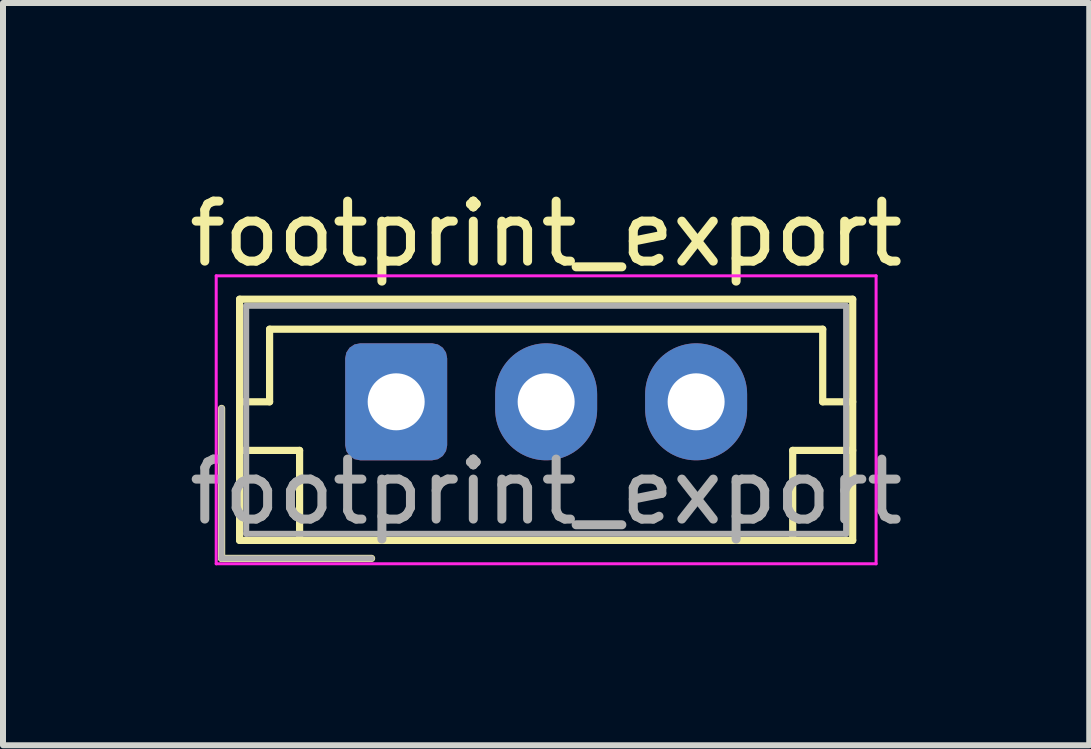
<source format=kicad_pcb>
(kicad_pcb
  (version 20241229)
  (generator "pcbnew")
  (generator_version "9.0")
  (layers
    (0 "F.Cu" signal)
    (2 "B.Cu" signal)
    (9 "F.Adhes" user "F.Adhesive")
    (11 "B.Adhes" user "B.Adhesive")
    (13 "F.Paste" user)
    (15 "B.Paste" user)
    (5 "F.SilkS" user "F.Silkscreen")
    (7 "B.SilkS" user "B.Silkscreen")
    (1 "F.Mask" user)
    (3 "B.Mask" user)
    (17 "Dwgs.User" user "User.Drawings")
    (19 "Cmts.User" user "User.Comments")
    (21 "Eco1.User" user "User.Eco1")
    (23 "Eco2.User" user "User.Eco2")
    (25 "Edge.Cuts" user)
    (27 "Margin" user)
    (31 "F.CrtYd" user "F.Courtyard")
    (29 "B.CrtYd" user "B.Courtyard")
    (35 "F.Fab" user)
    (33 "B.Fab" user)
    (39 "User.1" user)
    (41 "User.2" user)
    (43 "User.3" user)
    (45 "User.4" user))
  (footprint "footprint_export"
    (layer "F.Cu")
    (at 3.554 3.648)
    (property "Reference" "footprint_export" (at 2.5 -2.8 0) (layer "F.SilkS") (effects (font (size 1 1) (thickness 0.15))))
    (attr through_hole)
    (fp_line (start -2.91 0.11) (end -2.91 2.61) (stroke (width 0.12) (type solid)) (layer "F.SilkS"))
    (fp_line (start -2.91 2.61) (end -0.41 2.61) (stroke (width 0.12) (type solid)) (layer "F.SilkS"))
    (fp_line (start -2.61 -1.71) (end -2.61 2.31) (stroke (width 0.12) (type solid)) (layer "F.SilkS"))
    (fp_line (start -2.61 0) (end -2.11 0) (stroke (width 0.12) (type solid)) (layer "F.SilkS"))
    (fp_line (start -2.61 0.81) (end -1.61 0.81) (stroke (width 0.12) (type solid)) (layer "F.SilkS"))
    (fp_line (start -2.61 2.31) (end 7.61 2.31) (stroke (width 0.12) (type solid)) (layer "F.SilkS"))
    (fp_line (start -2.11 -1.21) (end 7.11 -1.21) (stroke (width 0.12) (type solid)) (layer "F.SilkS"))
    (fp_line (start -2.11 0) (end -2.11 -1.21) (stroke (width 0.12) (type solid)) (layer "F.SilkS"))
    (fp_line (start -1.61 0.81) (end -1.61 2.31) (stroke (width 0.12) (type solid)) (layer "F.SilkS"))
    (fp_line (start 6.61 0.81) (end 6.61 2.31) (stroke (width 0.12) (type solid)) (layer "F.SilkS"))
    (fp_line (start 7.11 -1.21) (end 7.11 0) (stroke (width 0.12) (type solid)) (layer "F.SilkS"))
    (fp_line (start 7.11 0) (end 7.61 0) (stroke (width 0.12) (type solid)) (layer "F.SilkS"))
    (fp_line (start 7.61 -1.71) (end -2.61 -1.71) (stroke (width 0.12) (type solid)) (layer "F.SilkS"))
    (fp_line (start 7.61 0.81) (end 6.61 0.81) (stroke (width 0.12) (type solid)) (layer "F.SilkS"))
    (fp_line (start 7.61 2.31) (end 7.61 -1.71) (stroke (width 0.12) (type solid)) (layer "F.SilkS"))
    (fp_line (start -3 -2.1) (end -3 2.7) (stroke (width 0.05) (type solid)) (layer "F.CrtYd"))
    (fp_line (start -3 2.7) (end 8 2.7) (stroke (width 0.05) (type solid)) (layer "F.CrtYd"))
    (fp_line (start 8 -2.1) (end -3 -2.1) (stroke (width 0.05) (type solid)) (layer "F.CrtYd"))
    (fp_line (start 8 2.7) (end 8 -2.1) (stroke (width 0.05) (type solid)) (layer "F.CrtYd"))
    (fp_line (start -2.91 0.11) (end -2.91 2.61) (stroke (width 0.1) (type solid)) (layer "F.Fab"))
    (fp_line (start -2.91 2.61) (end -0.41 2.61) (stroke (width 0.1) (type solid)) (layer "F.Fab"))
    (fp_line (start -2.5 -1.6) (end -2.5 2.2) (stroke (width 0.1) (type solid)) (layer "F.Fab"))
    (fp_line (start -2.5 2.2) (end 7.5 2.2) (stroke (width 0.1) (type solid)) (layer "F.Fab"))
    (fp_line (start 7.5 -1.6) (end -2.5 -1.6) (stroke (width 0.1) (type solid)) (layer "F.Fab"))
    (fp_line (start 7.5 2.2) (end 7.5 -1.6) (stroke (width 0.1) (type solid)) (layer "F.Fab"))
    (fp_text user "${REFERENCE}" (at 2.5 1.5 0) (layer "F.Fab") (effects (font (size 1 1) (thickness 0.15))))
    (pad "1" thru_hole roundrect (at 0 0) (size 1.7 1.95) (drill 0.95) (layers "*.Cu" "*.Mask") (roundrect_rratio 0.147))
    (pad "2" thru_hole oval (at 2.5 0) (size 1.7 1.95) (drill 0.95) (layers "*.Cu" "*.Mask"))
    (pad "3" thru_hole oval (at 5 0) (size 1.7 1.95) (drill 0.95) (layers "*.Cu" "*.Mask")))
  (gr_rect
    (start -3 -3)
    (end 15.107 9.373)
    (stroke (width 0.1) (type default))
    (fill no)
    (layer "Edge.Cuts")))
</source>
